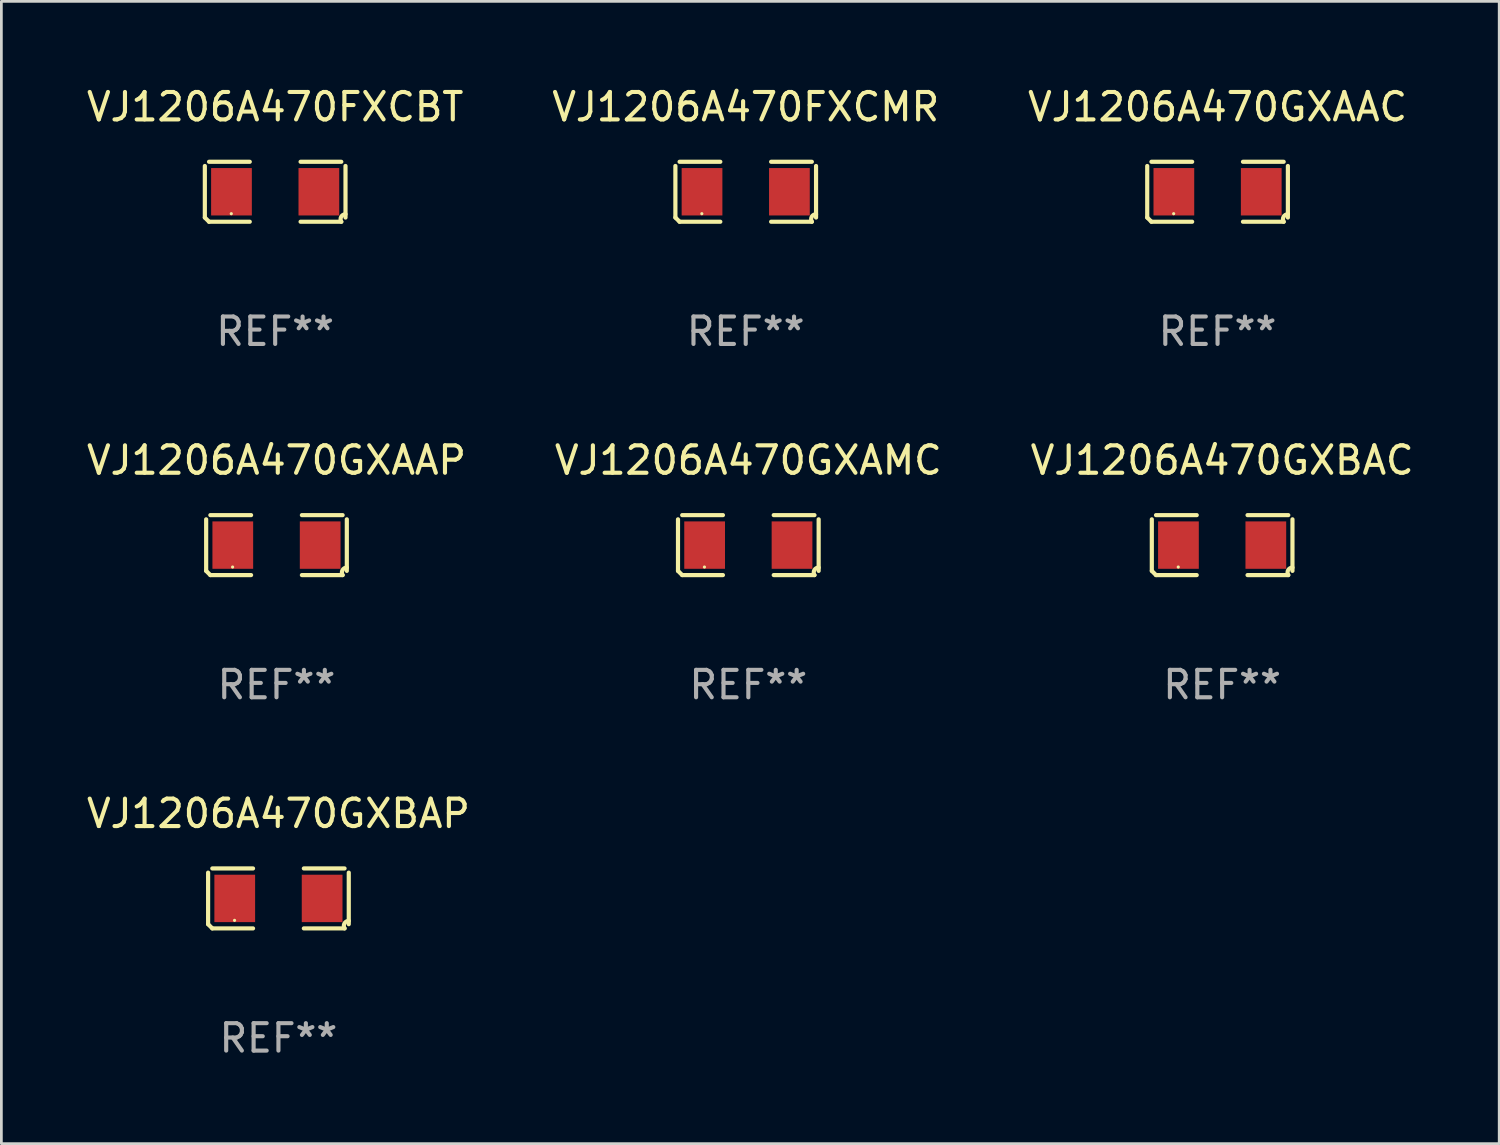
<source format=kicad_pcb>
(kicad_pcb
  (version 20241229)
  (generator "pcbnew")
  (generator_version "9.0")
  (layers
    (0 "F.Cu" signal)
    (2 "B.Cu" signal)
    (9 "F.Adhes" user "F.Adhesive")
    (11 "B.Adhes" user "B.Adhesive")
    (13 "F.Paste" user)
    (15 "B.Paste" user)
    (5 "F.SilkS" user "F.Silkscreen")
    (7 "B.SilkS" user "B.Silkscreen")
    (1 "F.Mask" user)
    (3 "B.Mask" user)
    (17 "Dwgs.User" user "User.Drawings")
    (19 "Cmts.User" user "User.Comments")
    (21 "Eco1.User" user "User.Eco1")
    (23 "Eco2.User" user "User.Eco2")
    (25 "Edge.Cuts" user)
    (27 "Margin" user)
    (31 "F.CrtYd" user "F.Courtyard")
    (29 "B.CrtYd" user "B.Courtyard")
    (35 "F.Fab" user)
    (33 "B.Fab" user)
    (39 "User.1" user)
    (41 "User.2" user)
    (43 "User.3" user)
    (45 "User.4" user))
  (footprint "VJ1206A470GXAMC"
    (layer "F.Cu")
    (at 24.232 16.823)
    (property "Reference" "VJ1206A470GXAMC" (at 0 -3.093 0) (layer "F.SilkS") (effects (font (size 1 1) (thickness 0.15))))
    (attr through_hole)
    (fp_line (start -2.564 0.94) (end -2.564 -0.94) (stroke (width 0.152) (type solid)) (layer "F.SilkS"))
    (fp_line (start -2.411 -1.093) (end -0.926 -1.093) (stroke (width 0.152) (type solid)) (layer "F.SilkS"))
    (fp_line (start -0.926 1.093) (end -2.411 1.093) (stroke (width 0.152) (type solid)) (layer "F.SilkS"))
    (fp_line (start 0.926 1.093) (end 2.411 1.093) (stroke (width 0.152) (type solid)) (layer "F.SilkS"))
    (fp_line (start 2.411 -1.093) (end 0.926 -1.093) (stroke (width 0.152) (type solid)) (layer "F.SilkS"))
    (fp_line (start 2.564 0.94) (end 2.564 -0.94) (stroke (width 0.152) (type solid)) (layer "F.SilkS"))
    (fp_arc (start -2.411201 1.092609) (mid -2.487413 1.01642) (end -2.563602 0.940208) (stroke (width 0.1524) (type solid)) (layer "F.SilkS"))
    (fp_arc (start 2.411201 1.092609) (mid 2.407159 0.911226) (end 2.563602 0.819347) (stroke (width 0.1524) (type solid)) (layer "F.SilkS"))
    (fp_circle (center -1.6 0.8) (end -1.57 0.8) (stroke (width 0.06) (type solid)) (fill no) (layer "F.SilkS"))
    (fp_text user "REF**" (at 0 5.093 0) (layer "F.Fab") (effects (font (size 1 1) (thickness 0.15))))
    (pad "1" smd rect (at -1.593 0) (size 1.485 1.728) (layers "F.Cu" "F.Mask" "F.Paste"))
    (pad "2" smd rect (at 1.593 0) (size 1.485 1.728) (layers "F.Cu" "F.Mask" "F.Paste")))
  (footprint "VJ1206A470GXBAP"
    (layer "F.Cu")
    (at 7.101 29.704)
    (property "Reference" "VJ1206A470GXBAP" (at 0 -3.093 0) (layer "F.SilkS") (effects (font (size 1 1) (thickness 0.15))))
    (attr through_hole)
    (fp_line (start -2.564 0.94) (end -2.564 -0.94) (stroke (width 0.152) (type solid)) (layer "F.SilkS"))
    (fp_line (start -2.411 -1.093) (end -0.926 -1.093) (stroke (width 0.152) (type solid)) (layer "F.SilkS"))
    (fp_line (start -0.926 1.093) (end -2.411 1.093) (stroke (width 0.152) (type solid)) (layer "F.SilkS"))
    (fp_line (start 0.926 1.093) (end 2.411 1.093) (stroke (width 0.152) (type solid)) (layer "F.SilkS"))
    (fp_line (start 2.411 -1.093) (end 0.926 -1.093) (stroke (width 0.152) (type solid)) (layer "F.SilkS"))
    (fp_line (start 2.564 0.94) (end 2.564 -0.94) (stroke (width 0.152) (type solid)) (layer "F.SilkS"))
    (fp_arc (start -2.411201 1.092609) (mid -2.487413 1.01642) (end -2.563602 0.940208) (stroke (width 0.1524) (type solid)) (layer "F.SilkS"))
    (fp_arc (start 2.411201 1.092609) (mid 2.407159 0.911226) (end 2.563602 0.819347) (stroke (width 0.1524) (type solid)) (layer "F.SilkS"))
    (fp_circle (center -1.6 0.8) (end -1.57 0.8) (stroke (width 0.06) (type solid)) (fill no) (layer "F.SilkS"))
    (fp_text user "REF**" (at 0 5.093 0) (layer "F.Fab") (effects (font (size 1 1) (thickness 0.15))))
    (pad "1" smd rect (at -1.593 0) (size 1.485 1.728) (layers "F.Cu" "F.Mask" "F.Paste"))
    (pad "2" smd rect (at 1.593 0) (size 1.485 1.728) (layers "F.Cu" "F.Mask" "F.Paste")))
  (footprint "VJ1206A470FXCBT"
    (layer "F.Cu")
    (at 6.982 3.941)
    (property "Reference" "VJ1206A470FXCBT" (at 0 -3.093 0) (layer "F.SilkS") (effects (font (size 1 1) (thickness 0.15))))
    (attr through_hole)
    (fp_line (start -2.564 0.94) (end -2.564 -0.94) (stroke (width 0.152) (type solid)) (layer "F.SilkS"))
    (fp_line (start -2.411 -1.093) (end -0.926 -1.093) (stroke (width 0.152) (type solid)) (layer "F.SilkS"))
    (fp_line (start -0.926 1.093) (end -2.411 1.093) (stroke (width 0.152) (type solid)) (layer "F.SilkS"))
    (fp_line (start 0.926 1.093) (end 2.411 1.093) (stroke (width 0.152) (type solid)) (layer "F.SilkS"))
    (fp_line (start 2.411 -1.093) (end 0.926 -1.093) (stroke (width 0.152) (type solid)) (layer "F.SilkS"))
    (fp_line (start 2.564 0.94) (end 2.564 -0.94) (stroke (width 0.152) (type solid)) (layer "F.SilkS"))
    (fp_arc (start -2.411201 1.092609) (mid -2.487413 1.01642) (end -2.563602 0.940208) (stroke (width 0.1524) (type solid)) (layer "F.SilkS"))
    (fp_arc (start 2.411201 1.092609) (mid 2.407159 0.911226) (end 2.563602 0.819347) (stroke (width 0.1524) (type solid)) (layer "F.SilkS"))
    (fp_circle (center -1.6 0.8) (end -1.57 0.8) (stroke (width 0.06) (type solid)) (fill no) (layer "F.SilkS"))
    (fp_text user "REF**" (at 0 5.093 0) (layer "F.Fab") (effects (font (size 1 1) (thickness 0.15))))
    (pad "1" smd rect (at -1.593 0) (size 1.485 1.728) (layers "F.Cu" "F.Mask" "F.Paste"))
    (pad "2" smd rect (at 1.593 0) (size 1.485 1.728) (layers "F.Cu" "F.Mask" "F.Paste")))
  (footprint "VJ1206A470GXAAC"
    (layer "F.Cu")
    (at 41.339 3.941)
    (property "Reference" "VJ1206A470GXAAC" (at 0 -3.093 0) (layer "F.SilkS") (effects (font (size 1 1) (thickness 0.15))))
    (attr through_hole)
    (fp_line (start -2.564 0.94) (end -2.564 -0.94) (stroke (width 0.152) (type solid)) (layer "F.SilkS"))
    (fp_line (start -2.411 -1.093) (end -0.926 -1.093) (stroke (width 0.152) (type solid)) (layer "F.SilkS"))
    (fp_line (start -0.926 1.093) (end -2.411 1.093) (stroke (width 0.152) (type solid)) (layer "F.SilkS"))
    (fp_line (start 0.926 1.093) (end 2.411 1.093) (stroke (width 0.152) (type solid)) (layer "F.SilkS"))
    (fp_line (start 2.411 -1.093) (end 0.926 -1.093) (stroke (width 0.152) (type solid)) (layer "F.SilkS"))
    (fp_line (start 2.564 0.94) (end 2.564 -0.94) (stroke (width 0.152) (type solid)) (layer "F.SilkS"))
    (fp_arc (start -2.411201 1.092609) (mid -2.487413 1.01642) (end -2.563602 0.940208) (stroke (width 0.1524) (type solid)) (layer "F.SilkS"))
    (fp_arc (start 2.411201 1.092609) (mid 2.407159 0.911226) (end 2.563602 0.819347) (stroke (width 0.1524) (type solid)) (layer "F.SilkS"))
    (fp_circle (center -1.6 0.8) (end -1.57 0.8) (stroke (width 0.06) (type solid)) (fill no) (layer "F.SilkS"))
    (fp_text user "REF**" (at 0 5.093 0) (layer "F.Fab") (effects (font (size 1 1) (thickness 0.15))))
    (pad "1" smd rect (at -1.593 0) (size 1.485 1.728) (layers "F.Cu" "F.Mask" "F.Paste"))
    (pad "2" smd rect (at 1.593 0) (size 1.485 1.728) (layers "F.Cu" "F.Mask" "F.Paste")))
  (footprint "VJ1206A470GXBAC"
    (layer "F.Cu")
    (at 41.506 16.823)
    (property "Reference" "VJ1206A470GXBAC" (at 0 -3.093 0) (layer "F.SilkS") (effects (font (size 1 1) (thickness 0.15))))
    (attr through_hole)
    (fp_line (start -2.564 0.94) (end -2.564 -0.94) (stroke (width 0.152) (type solid)) (layer "F.SilkS"))
    (fp_line (start -2.411 -1.093) (end -0.926 -1.093) (stroke (width 0.152) (type solid)) (layer "F.SilkS"))
    (fp_line (start -0.926 1.093) (end -2.411 1.093) (stroke (width 0.152) (type solid)) (layer "F.SilkS"))
    (fp_line (start 0.926 1.093) (end 2.411 1.093) (stroke (width 0.152) (type solid)) (layer "F.SilkS"))
    (fp_line (start 2.411 -1.093) (end 0.926 -1.093) (stroke (width 0.152) (type solid)) (layer "F.SilkS"))
    (fp_line (start 2.564 0.94) (end 2.564 -0.94) (stroke (width 0.152) (type solid)) (layer "F.SilkS"))
    (fp_arc (start -2.411201 1.092609) (mid -2.487413 1.01642) (end -2.563602 0.940208) (stroke (width 0.1524) (type solid)) (layer "F.SilkS"))
    (fp_arc (start 2.411201 1.092609) (mid 2.407159 0.911226) (end 2.563602 0.819347) (stroke (width 0.1524) (type solid)) (layer "F.SilkS"))
    (fp_circle (center -1.6 0.8) (end -1.57 0.8) (stroke (width 0.06) (type solid)) (fill no) (layer "F.SilkS"))
    (fp_text user "REF**" (at 0 5.093 0) (layer "F.Fab") (effects (font (size 1 1) (thickness 0.15))))
    (pad "1" smd rect (at -1.593 0) (size 1.485 1.728) (layers "F.Cu" "F.Mask" "F.Paste"))
    (pad "2" smd rect (at 1.593 0) (size 1.485 1.728) (layers "F.Cu" "F.Mask" "F.Paste")))
  (footprint "VJ1206A470GXAAP"
    (layer "F.Cu")
    (at 7.03 16.823)
    (property "Reference" "VJ1206A470GXAAP" (at 0 -3.093 0) (layer "F.SilkS") (effects (font (size 1 1) (thickness 0.15))))
    (attr through_hole)
    (fp_line (start -2.564 0.94) (end -2.564 -0.94) (stroke (width 0.152) (type solid)) (layer "F.SilkS"))
    (fp_line (start -2.411 -1.093) (end -0.926 -1.093) (stroke (width 0.152) (type solid)) (layer "F.SilkS"))
    (fp_line (start -0.926 1.093) (end -2.411 1.093) (stroke (width 0.152) (type solid)) (layer "F.SilkS"))
    (fp_line (start 0.926 1.093) (end 2.411 1.093) (stroke (width 0.152) (type solid)) (layer "F.SilkS"))
    (fp_line (start 2.411 -1.093) (end 0.926 -1.093) (stroke (width 0.152) (type solid)) (layer "F.SilkS"))
    (fp_line (start 2.564 0.94) (end 2.564 -0.94) (stroke (width 0.152) (type solid)) (layer "F.SilkS"))
    (fp_arc (start -2.411201 1.092609) (mid -2.487413 1.01642) (end -2.563602 0.940208) (stroke (width 0.1524) (type solid)) (layer "F.SilkS"))
    (fp_arc (start 2.411201 1.092609) (mid 2.407159 0.911226) (end 2.563602 0.819347) (stroke (width 0.1524) (type solid)) (layer "F.SilkS"))
    (fp_circle (center -1.6 0.8) (end -1.57 0.8) (stroke (width 0.06) (type solid)) (fill no) (layer "F.SilkS"))
    (fp_text user "REF**" (at 0 5.093 0) (layer "F.Fab") (effects (font (size 1 1) (thickness 0.15))))
    (pad "1" smd rect (at -1.593 0) (size 1.485 1.728) (layers "F.Cu" "F.Mask" "F.Paste"))
    (pad "2" smd rect (at 1.593 0) (size 1.485 1.728) (layers "F.Cu" "F.Mask" "F.Paste")))
  (footprint "VJ1206A470FXCMR"
    (layer "F.Cu")
    (at 24.137 3.941)
    (property "Reference" "VJ1206A470FXCMR" (at 0 -3.093 0) (layer "F.SilkS") (effects (font (size 1 1) (thickness 0.15))))
    (attr through_hole)
    (fp_line (start -2.564 0.94) (end -2.564 -0.94) (stroke (width 0.152) (type solid)) (layer "F.SilkS"))
    (fp_line (start -2.411 -1.093) (end -0.926 -1.093) (stroke (width 0.152) (type solid)) (layer "F.SilkS"))
    (fp_line (start -0.926 1.093) (end -2.411 1.093) (stroke (width 0.152) (type solid)) (layer "F.SilkS"))
    (fp_line (start 0.926 1.093) (end 2.411 1.093) (stroke (width 0.152) (type solid)) (layer "F.SilkS"))
    (fp_line (start 2.411 -1.093) (end 0.926 -1.093) (stroke (width 0.152) (type solid)) (layer "F.SilkS"))
    (fp_line (start 2.564 0.94) (end 2.564 -0.94) (stroke (width 0.152) (type solid)) (layer "F.SilkS"))
    (fp_arc (start -2.411201 1.092609) (mid -2.487413 1.01642) (end -2.563602 0.940208) (stroke (width 0.1524) (type solid)) (layer "F.SilkS"))
    (fp_arc (start 2.411201 1.092609) (mid 2.407159 0.911226) (end 2.563602 0.819347) (stroke (width 0.1524) (type solid)) (layer "F.SilkS"))
    (fp_circle (center -1.6 0.8) (end -1.57 0.8) (stroke (width 0.06) (type solid)) (fill no) (layer "F.SilkS"))
    (fp_text user "REF**" (at 0 5.093 0) (layer "F.Fab") (effects (font (size 1 1) (thickness 0.15))))
    (pad "1" smd rect (at -1.593 0) (size 1.485 1.728) (layers "F.Cu" "F.Mask" "F.Paste"))
    (pad "2" smd rect (at 1.593 0) (size 1.485 1.728) (layers "F.Cu" "F.Mask" "F.Paste")))
  (gr_rect
    (start -3 -3)
    (end 51.607 38.645)
    (stroke (width 0.1) (type default))
    (fill no)
    (layer "Edge.Cuts")))
</source>
